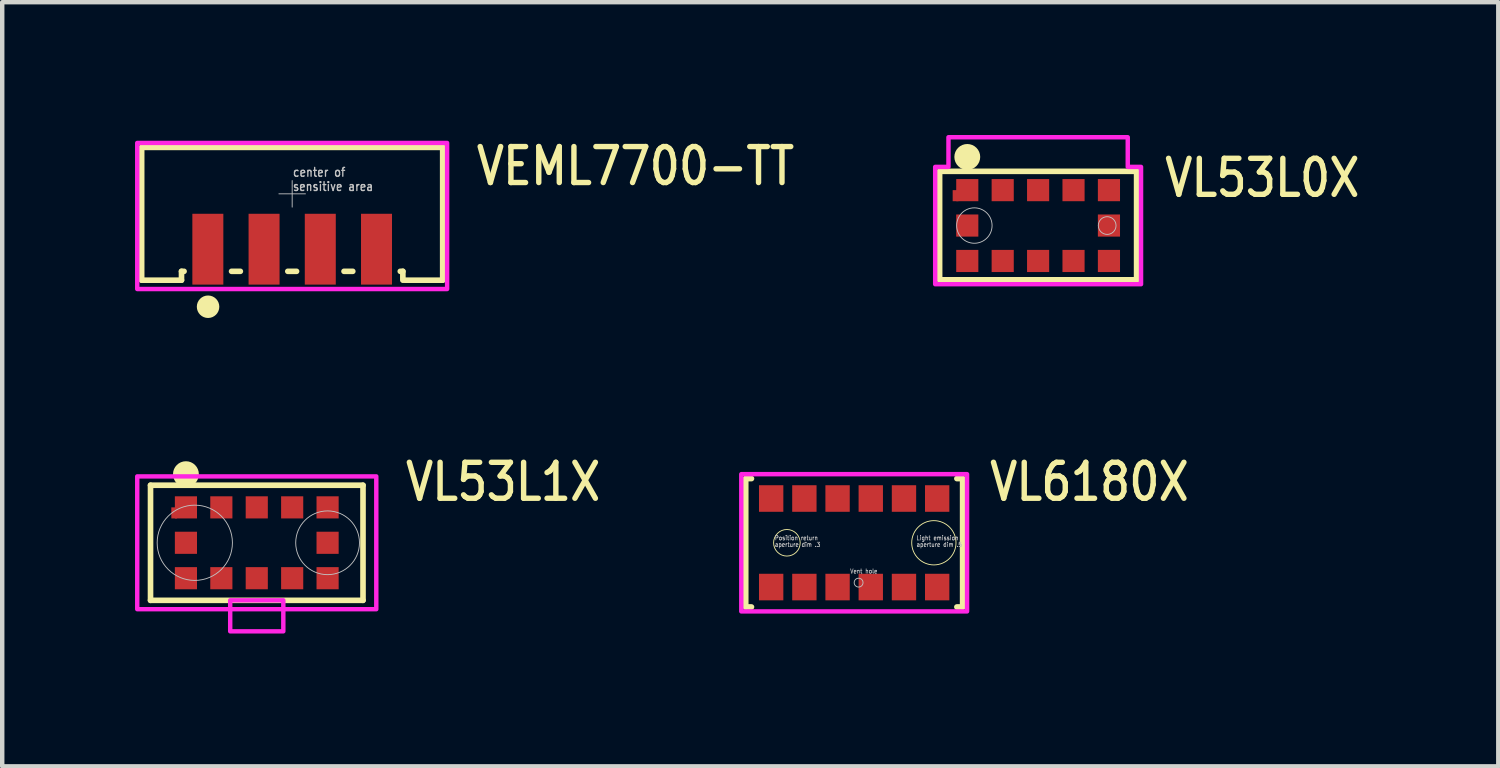
<source format=kicad_pcb>
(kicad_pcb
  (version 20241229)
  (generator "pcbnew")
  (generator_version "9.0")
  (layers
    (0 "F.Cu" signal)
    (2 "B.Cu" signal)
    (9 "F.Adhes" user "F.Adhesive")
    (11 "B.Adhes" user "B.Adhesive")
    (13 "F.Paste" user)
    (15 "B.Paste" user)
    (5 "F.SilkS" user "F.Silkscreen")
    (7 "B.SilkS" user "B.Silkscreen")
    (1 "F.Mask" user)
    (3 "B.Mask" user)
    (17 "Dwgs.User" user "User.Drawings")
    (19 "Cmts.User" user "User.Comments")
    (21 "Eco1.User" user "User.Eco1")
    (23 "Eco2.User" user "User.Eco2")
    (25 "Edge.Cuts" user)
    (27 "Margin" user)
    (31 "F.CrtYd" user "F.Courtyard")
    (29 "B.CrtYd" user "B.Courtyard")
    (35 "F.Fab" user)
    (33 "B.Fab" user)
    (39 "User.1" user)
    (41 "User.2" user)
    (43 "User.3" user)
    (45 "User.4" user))
  (footprint "VL6180X"
    (layer "F.Cu")
    (at 16.245 9.211)
    (property "Reference" "VL6180X" (at 3 -0.9 0) (unlocked yes) (layer "F.SilkS") (effects (font (size 0.813 0.695) (thickness 0.122)) (justify left bottom)))
    (fp_line (start -2.45 -1.45) (end -2.32 -1.45) (stroke (width 0.127) (type solid)) (layer "F.SilkS"))
    (fp_line (start -2.45 1.45) (end -2.45 -1.45) (stroke (width 0.127) (type solid)) (layer "F.SilkS"))
    (fp_line (start -2.32 1.45) (end -2.45 1.45) (stroke (width 0.127) (type solid)) (layer "F.SilkS"))
    (fp_line (start 2.32 -1.45) (end 2.45 -1.45) (stroke (width 0.127) (type solid)) (layer "F.SilkS"))
    (fp_line (start 2.45 -1.45) (end 2.45 1.45) (stroke (width 0.127) (type solid)) (layer "F.SilkS"))
    (fp_line (start 2.45 1.45) (end 2.32 1.45) (stroke (width 0.127) (type solid)) (layer "F.SilkS"))
    (fp_circle (center -1.52 0) (end -1.22 0) (stroke (width 0.02) (type solid)) (fill no) (layer "F.SilkS"))
    (fp_circle (center 1.8 0) (end 2.3 0) (stroke (width 0.02) (type solid)) (fill no) (layer "F.SilkS"))
    (fp_circle (center 0.1 0.9) (end 0.2 0.9) (stroke (width 0.02) (type solid)) (fill no) (layer "Dwgs.User"))
    (fp_poly (pts (xy -2.55 -1.55) (xy 2.55 -1.55) (xy 2.55 1.55) (xy -2.55 1.55)) (stroke (width 0.1) (type solid)) (fill no) (layer "F.CrtYd"))
    (fp_text user "Light emission" (at 1.4 -0.05 0) (unlocked yes) (layer "Dwgs.User") (effects (font (size 0.1 0.086) (thickness 0.015)) (justify left bottom)))
    (fp_text user "Position return" (at -1.8 -0.05 0) (unlocked yes) (layer "Dwgs.User") (effects (font (size 0.1 0.086) (thickness 0.015)) (justify left bottom)))
    (fp_text user "aperture dim .3" (at -1.8 0.1 0) (unlocked yes) (layer "Dwgs.User") (effects (font (size 0.1 0.086) (thickness 0.015)) (justify left bottom)))
    (fp_text user "aperture dim .5" (at 1.4 0.1 0) (unlocked yes) (layer "Dwgs.User") (effects (font (size 0.1 0.086) (thickness 0.015)) (justify left bottom)))
    (fp_text user "Vent hole" (at -0.1 0.7 0) (unlocked yes) (layer "Dwgs.User") (effects (font (size 0.1 0.086) (thickness 0.015)) (justify left bottom)))
    (pad "1" smd rect (at -1.875 1) (size 0.55 0.6) (layers "F.Cu" "F.Mask" "F.Paste"))
    (pad "2" smd rect (at -1.125 1) (size 0.55 0.6) (layers "F.Cu" "F.Mask" "F.Paste"))
    (pad "3" smd rect (at -0.375 1) (size 0.55 0.6) (layers "F.Cu" "F.Mask" "F.Paste"))
    (pad "4" smd rect (at 0.375 1) (size 0.55 0.6) (layers "F.Cu" "F.Mask" "F.Paste"))
    (pad "5" smd rect (at 1.125 1) (size 0.55 0.6) (layers "F.Cu" "F.Mask" "F.Paste"))
    (pad "6" smd rect (at 1.875 1) (size 0.55 0.6) (layers "F.Cu" "F.Mask" "F.Paste"))
    (pad "7" smd rect (at 1.875 -1) (size 0.55 0.6) (layers "F.Cu" "F.Mask" "F.Paste"))
    (pad "8" smd rect (at 1.125 -1) (size 0.55 0.6) (layers "F.Cu" "F.Mask" "F.Paste"))
    (pad "9" smd rect (at 0.375 -1) (size 0.55 0.6) (layers "F.Cu" "F.Mask" "F.Paste"))
    (pad "10" smd rect (at -0.375 -1) (size 0.55 0.6) (layers "F.Cu" "F.Mask" "F.Paste"))
    (pad "11" smd rect (at -1.125 -1) (size 0.55 0.6) (layers "F.Cu" "F.Mask" "F.Paste"))
    (pad "12" smd rect (at -1.875 -1) (size 0.55 0.6) (layers "F.Cu" "F.Mask" "F.Paste")))
  (footprint "VL53L1X"
    (layer "F.Cu")
    (at 2.75 9.211)
    (property "Reference" "VL53L1X" (at 3.3 -0.9 0) (unlocked yes) (layer "F.SilkS") (effects (font (size 0.813 0.695) (thickness 0.122)) (justify left bottom)))
    (fp_poly (pts (xy -1.8 -0.8) (xy -1.93 -0.8) (xy -1.93 -0.55) (xy -1.8 -0.55)) (stroke (width 0) (type solid)) (fill yes) (layer "F.Cu"))
    (fp_poly (pts (xy -1.8 -0.9) (xy -2.03 -0.9) (xy -2.03 -0.45) (xy -1.8 -0.45)) (stroke (width 0) (type solid)) (fill yes) (layer "F.Mask"))
    (fp_line (start -2.4 -1.3) (end 2.4 -1.3) (stroke (width 0.127) (type solid)) (layer "F.SilkS"))
    (fp_line (start -2.4 1.3) (end -2.4 -1.3) (stroke (width 0.127) (type solid)) (layer "F.SilkS"))
    (fp_line (start 2.4 -1.3) (end 2.4 1.3) (stroke (width 0.127) (type solid)) (layer "F.SilkS"))
    (fp_line (start 2.4 1.3) (end -2.4 1.3) (stroke (width 0.127) (type solid)) (layer "F.SilkS"))
    (fp_circle (center -1.6 -1.55) (end -1.308 -1.55) (stroke (width 0) (type solid)) (fill yes) (layer "F.SilkS"))
    (fp_poly (pts (xy -1.8 -0.8) (xy -1.93 -0.8) (xy -1.93 -0.55) (xy -1.8 -0.55)) (stroke (width 0) (type solid)) (fill yes) (layer "F.Paste"))
    (fp_circle (center -1.4 0) (end -0.55 0) (stroke (width 0.02) (type solid)) (fill no) (layer "Dwgs.User"))
    (fp_circle (center 1.6 0) (end 2.32 0) (stroke (width 0.02) (type solid)) (fill no) (layer "Dwgs.User"))
    (fp_poly (pts (xy -2.7 -1.5) (xy 2.7 -1.5) (xy 2.7 1.5) (xy -2.7 1.5)) (stroke (width 0.1) (type solid)) (fill no) (layer "F.CrtYd"))
    (fp_poly (pts (xy -0.6 1.3) (xy -0.6 2) (xy 0.6 2) (xy 0.6 1.3)) (stroke (width 0.1) (type solid)) (fill no) (layer "F.CrtYd"))
    (pad "1" smd rect (at -1.6 -0.8) (size 0.5 0.5) (layers "F.Cu" "F.Mask" "F.Paste"))
    (pad "2" smd rect (at -0.8 -0.8) (size 0.5 0.5) (layers "F.Cu" "F.Mask" "F.Paste"))
    (pad "3" smd rect (at 0 -0.8) (size 0.5 0.5) (layers "F.Cu" "F.Mask" "F.Paste"))
    (pad "4" smd rect (at 0.8 -0.8) (size 0.5 0.5) (layers "F.Cu" "F.Mask" "F.Paste"))
    (pad "5" smd rect (at 1.6 -0.8) (size 0.5 0.5) (layers "F.Cu" "F.Mask" "F.Paste"))
    (pad "6" smd rect (at 1.6 0) (size 0.5 0.5) (layers "F.Cu" "F.Mask" "F.Paste"))
    (pad "7" smd rect (at 1.6 0.8) (size 0.5 0.5) (layers "F.Cu" "F.Mask" "F.Paste"))
    (pad "8" smd rect (at 0.8 0.8) (size 0.5 0.5) (layers "F.Cu" "F.Mask" "F.Paste"))
    (pad "9" smd rect (at 0 0.8) (size 0.5 0.5) (layers "F.Cu" "F.Mask" "F.Paste"))
    (pad "10" smd rect (at -0.8 0.8) (size 0.5 0.5) (layers "F.Cu" "F.Mask" "F.Paste"))
    (pad "11" smd rect (at -1.6 0.8) (size 0.5 0.5) (layers "F.Cu" "F.Mask" "F.Paste"))
    (pad "12" smd rect (at -1.6 0) (size 0.5 0.5) (layers "F.Cu" "F.Mask" "F.Paste")))
  (footprint "VEML7700-TT"
    (layer "F.Cu")
    (at 3.55 2.579)
    (property "Reference" "VEML7700-TT" (at 4.1 -1.4 0) (unlocked yes) (layer "F.SilkS") (effects (font (size 0.813 0.695) (thickness 0.122)) (justify left bottom)))
    (fp_line (start -3.4 -2.3) (end -3.4 0.7) (stroke (width 0.127) (type solid)) (layer "F.SilkS"))
    (fp_line (start -2.5 0.5) (end -2.5 0.7) (stroke (width 0.127) (type solid)) (layer "F.SilkS"))
    (fp_line (start -2.5 0.7) (end -3.4 0.7) (stroke (width 0.127) (type solid)) (layer "F.SilkS"))
    (fp_line (start -2.442 0.5) (end -2.5 0.5) (stroke (width 0.127) (type solid)) (layer "F.SilkS"))
    (fp_line (start -1.171 0.5) (end -1.369 0.5) (stroke (width 0.127) (type solid)) (layer "F.SilkS"))
    (fp_line (start 0.099 0.5) (end -0.099 0.5) (stroke (width 0.127) (type solid)) (layer "F.SilkS"))
    (fp_line (start 1.369 0.5) (end 1.171 0.5) (stroke (width 0.127) (type solid)) (layer "F.SilkS"))
    (fp_line (start 2.5 0.5) (end 2.442 0.5) (stroke (width 0.127) (type solid)) (layer "F.SilkS"))
    (fp_line (start 2.5 0.5) (end 2.5 0.7) (stroke (width 0.127) (type solid)) (layer "F.SilkS"))
    (fp_line (start 2.54 0.7) (end 3.4 0.7) (stroke (width 0.127) (type solid)) (layer "F.SilkS"))
    (fp_line (start 3.4 -2.3) (end -3.4 -2.3) (stroke (width 0.127) (type solid)) (layer "F.SilkS"))
    (fp_line (start 3.4 0.7) (end 3.4 -2.3) (stroke (width 0.127) (type solid)) (layer "F.SilkS"))
    (fp_circle (center -1.9 1.3) (end -1.646 1.3) (stroke (width 0) (type solid)) (fill yes) (layer "F.SilkS"))
    (fp_line (start -0.3 -1.25) (end 0.3 -1.25) (stroke (width 0.02) (type solid)) (layer "Dwgs.User"))
    (fp_line (start 0 -0.95) (end 0 -1.55) (stroke (width 0.02) (type solid)) (layer "Dwgs.User"))
    (fp_poly (pts (xy -3.5 -2.4) (xy 3.5 -2.4) (xy 3.5 0.9) (xy -3.5 0.9)) (stroke (width 0.1) (type solid)) (fill no) (layer "F.CrtYd"))
    (fp_text user "center of\nsensitive area" (at 0 -1.3 0) (unlocked yes) (layer "Dwgs.User") (effects (font (size 0.2 0.171) (thickness 0.03)) (justify left bottom)))
    (pad "1" smd rect (at -1.905 0) (size 0.7 1.6) (layers "F.Cu" "F.Mask" "F.Paste"))
    (pad "2" smd rect (at -0.635 0) (size 0.7 1.6) (layers "F.Cu" "F.Mask" "F.Paste"))
    (pad "3" smd rect (at 0.635 0) (size 0.7 1.6) (layers "F.Cu" "F.Mask" "F.Paste"))
    (pad "4" smd rect (at 1.905 0) (size 0.7 1.6) (layers "F.Cu" "F.Mask" "F.Paste")))
  (footprint "VL53L0X"
    (layer "F.Cu")
    (at 20.4 2.045)
    (property "Reference" "VL53L0X" (at 2.8 -0.6 0) (unlocked yes) (layer "F.SilkS") (effects (font (size 0.813 0.695) (thickness 0.122)) (justify left bottom)))
    (fp_poly (pts (xy -1.8 -0.8) (xy -1.93 -0.8) (xy -1.93 -0.55) (xy -1.8 -0.55)) (stroke (width 0) (type solid)) (fill yes) (layer "F.Cu"))
    (fp_poly (pts (xy -1.8 -0.9) (xy -2.03 -0.9) (xy -2.03 -0.45) (xy -1.8 -0.45)) (stroke (width 0) (type solid)) (fill yes) (layer "F.Mask"))
    (fp_line (start -2.225 -1.225) (end 2.225 -1.225) (stroke (width 0.127) (type solid)) (layer "F.SilkS"))
    (fp_line (start -2.225 1.225) (end -2.225 -1.225) (stroke (width 0.127) (type solid)) (layer "F.SilkS"))
    (fp_line (start 2.225 -1.225) (end 2.225 1.225) (stroke (width 0.127) (type solid)) (layer "F.SilkS"))
    (fp_line (start 2.225 1.225) (end -2.225 1.225) (stroke (width 0.127) (type solid)) (layer "F.SilkS"))
    (fp_circle (center -1.6 -1.55) (end -1.308 -1.55) (stroke (width 0) (type solid)) (fill yes) (layer "F.SilkS"))
    (fp_poly (pts (xy -1.8 -0.8) (xy -1.93 -0.8) (xy -1.93 -0.55) (xy -1.8 -0.55)) (stroke (width 0) (type solid)) (fill yes) (layer "F.Paste"))
    (fp_circle (center -1.44 0) (end -1.04 0) (stroke (width 0.02) (type solid)) (fill no) (layer "Dwgs.User"))
    (fp_circle (center 1.56 0) (end 1.76 0) (stroke (width 0.02) (type solid)) (fill no) (layer "Dwgs.User"))
    (fp_poly (pts (xy -2.325 -1.325) (xy -2.025 -1.325) (xy -2.025 -1.995) (xy 2.025 -1.995) (xy 2.025 -1.325) (xy 2.325 -1.325) (xy 2.325 1.325) (xy -2.325 1.325)) (stroke (width 0.1) (type solid)) (fill no) (layer "F.CrtYd"))
    (pad "1" smd rect (at -1.6 -0.8) (size 0.5 0.5) (layers "F.Cu" "F.Mask" "F.Paste"))
    (pad "2" smd rect (at -0.8 -0.8) (size 0.5 0.5) (layers "F.Cu" "F.Mask" "F.Paste"))
    (pad "3" smd rect (at 0 -0.8) (size 0.5 0.5) (layers "F.Cu" "F.Mask" "F.Paste"))
    (pad "4" smd rect (at 0.8 -0.8) (size 0.5 0.5) (layers "F.Cu" "F.Mask" "F.Paste"))
    (pad "5" smd rect (at 1.6 -0.8) (size 0.5 0.5) (layers "F.Cu" "F.Mask" "F.Paste"))
    (pad "6" smd rect (at 1.6 0) (size 0.5 0.5) (layers "F.Cu" "F.Mask" "F.Paste"))
    (pad "7" smd rect (at 1.6 0.8) (size 0.5 0.5) (layers "F.Cu" "F.Mask" "F.Paste"))
    (pad "8" smd rect (at 0.8 0.8) (size 0.5 0.5) (layers "F.Cu" "F.Mask" "F.Paste"))
    (pad "9" smd rect (at 0 0.8) (size 0.5 0.5) (layers "F.Cu" "F.Mask" "F.Paste"))
    (pad "10" smd rect (at -0.8 0.8) (size 0.5 0.5) (layers "F.Cu" "F.Mask" "F.Paste"))
    (pad "11" smd rect (at -1.6 0.8) (size 0.5 0.5) (layers "F.Cu" "F.Mask" "F.Paste"))
    (pad "12" smd rect (at -1.6 0) (size 0.5 0.5) (layers "F.Cu" "F.Mask" "F.Paste")))
  (gr_rect
    (start -3 -3)
    (end 30.795 14.261)
    (stroke (width 0.1) (type default))
    (fill no)
    (layer "Edge.Cuts")))
</source>
